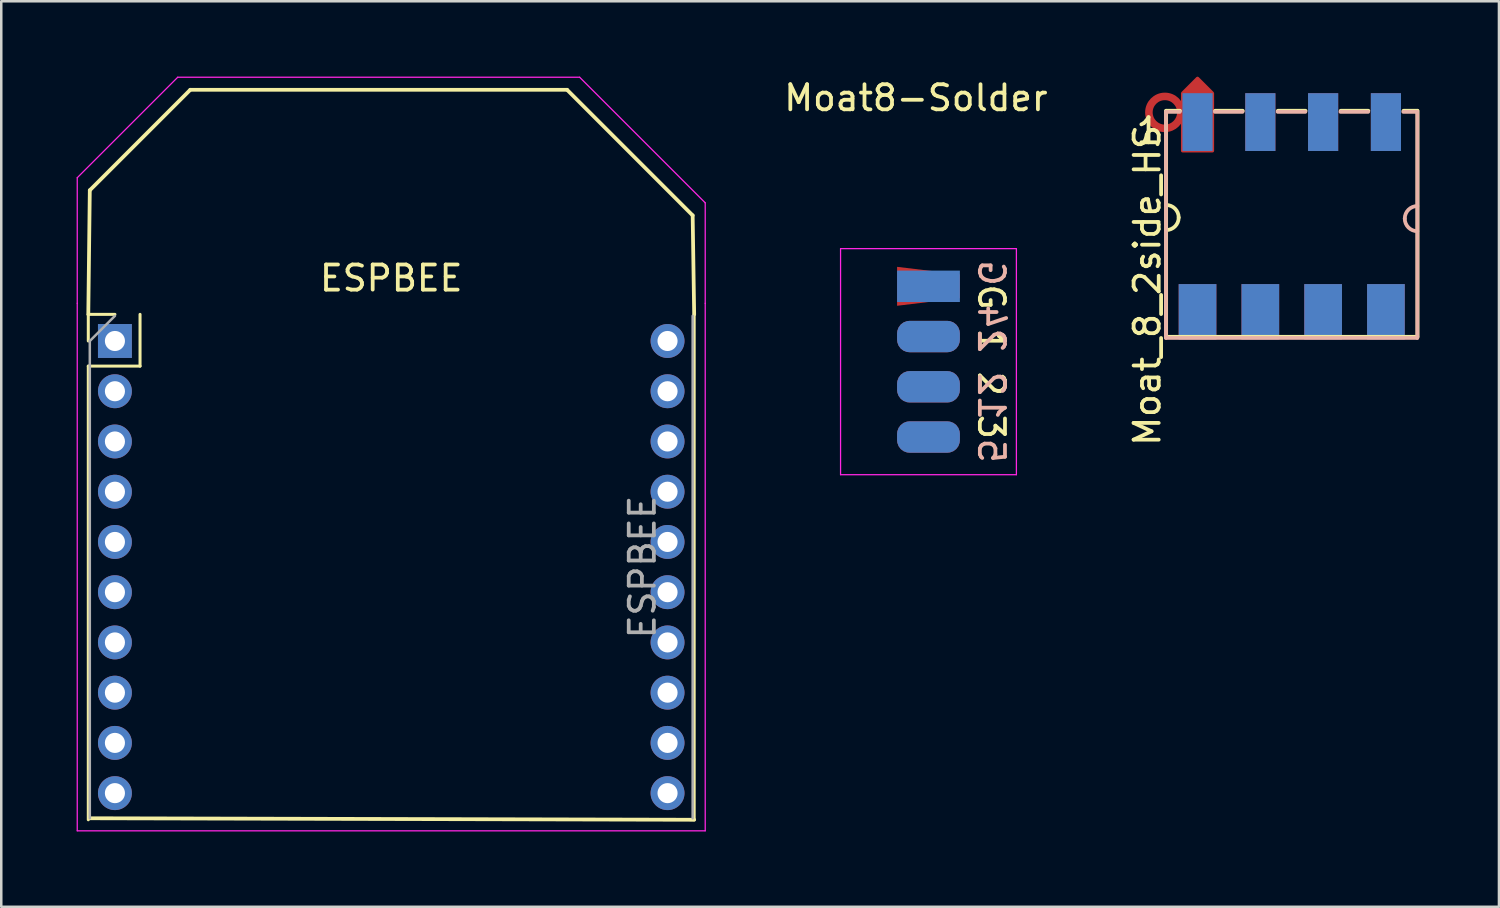
<source format=kicad_pcb>
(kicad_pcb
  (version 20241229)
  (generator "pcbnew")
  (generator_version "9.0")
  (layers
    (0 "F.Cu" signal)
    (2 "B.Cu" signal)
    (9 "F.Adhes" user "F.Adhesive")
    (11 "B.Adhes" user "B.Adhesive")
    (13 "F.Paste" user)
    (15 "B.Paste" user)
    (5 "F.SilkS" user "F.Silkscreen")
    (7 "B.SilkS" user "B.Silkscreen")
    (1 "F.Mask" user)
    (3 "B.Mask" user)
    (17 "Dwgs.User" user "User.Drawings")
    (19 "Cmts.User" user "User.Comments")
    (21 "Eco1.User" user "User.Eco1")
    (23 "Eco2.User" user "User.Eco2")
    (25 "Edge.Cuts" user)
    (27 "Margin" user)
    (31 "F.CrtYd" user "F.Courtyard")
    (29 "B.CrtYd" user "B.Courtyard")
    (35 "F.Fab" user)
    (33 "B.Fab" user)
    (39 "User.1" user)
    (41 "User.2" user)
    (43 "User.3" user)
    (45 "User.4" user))
  (footprint "Moat8-Solder"
    (layer "F.Cu")
    (at 33.913 6.848)
    (property "Reference" "Moat8-Solder" (at -0.5 -6 0) (layer "F.SilkS") (effects (font (size 1 1) (thickness 0.15))))
    (attr smd)
    (fp_line (start -3.5 9) (end -3.5 0) (stroke (width 0.05) (type solid)) (layer "F.CrtYd"))
    (fp_line (start -3.5 9) (end 3.5 9) (stroke (width 0.05) (type solid)) (layer "F.CrtYd"))
    (fp_line (start 3.5 0) (end -3.5 0) (stroke (width 0.05) (type solid)) (layer "F.CrtYd"))
    (fp_line (start 3.5 0) (end 3.5 9) (stroke (width 0.05) (type solid)) (layer "F.CrtYd"))
    (fp_text user "G 1 2 3" (at 2.5 4.5 270) (unlocked yes) (layer "F.SilkS") (effects (font (size 1 1) (thickness 0.15))))
    (fp_text user "5 12 24 G" (at 2.5 4.5 270) (unlocked yes) (layer "B.SilkS") (effects (font (size 1 1) (thickness 0.15)) (justify mirror)))
    (pad "1" smd trapezoid (at 0 1.5) (size 2.5 1.25) (rect_delta 0.3 0) (layers "F.Cu" "F.Mask"))
    (pad "2" smd roundrect (at 0 3.5) (size 2.5 1.25) (layers "F.Cu" "F.Mask") (roundrect_rratio 0.4))
    (pad "3" smd roundrect (at 0 5.5) (size 2.5 1.25) (layers "F.Cu" "F.Mask") (roundrect_rratio 0.4))
    (pad "4" smd roundrect (at 0 7.5) (size 2.5 1.25) (layers "F.Cu" "F.Mask") (roundrect_rratio 0.4))
    (pad "5" smd roundrect (at 0 7.5) (size 2.5 1.25) (layers "B.Cu" "B.Mask") (roundrect_rratio 0.4))
    (pad "6" smd roundrect (at 0 5.5) (size 2.5 1.25) (layers "B.Cu" "B.Mask") (roundrect_rratio 0.4))
    (pad "7" smd roundrect (at 0 3.5) (size 2.5 1.25) (layers "B.Cu" "B.Mask") (roundrect_rratio 0.4))
    (pad "8" smd rect (at 0 1.5) (size 2.5 1.25) (layers "B.Cu" "B.Mask")))
  (footprint "Moat_8_2side_HS"
    (layer "F.Cu")
    (at 53.374 5.56)
    (property "Reference" "Moat_8_2side_HS" (at -10.75 2.75 90) (layer "F.SilkS") (effects (font (size 1 1) (thickness 0.15))))
    (attr smd)
    (fp_circle (center -10.05 -4.136) (end -9.414 -4.136) (stroke (width 0.3) (type solid)) (fill no) (layer "F.Cu"))
    (fp_circle (center -10.05 -4.15) (end -9.25 -4.15) (stroke (width 0.15) (type solid)) (fill no) (layer "F.Mask"))
    (fp_line (start -10 -4.2) (end -10 4.8) (stroke (width 0.15) (type solid)) (layer "F.SilkS"))
    (fp_line (start -10 -4.2) (end -9.45 -4.2) (stroke (width 0.15) (type solid)) (layer "F.SilkS"))
    (fp_line (start -10 4.8) (end 0 4.8) (stroke (width 0.15) (type solid)) (layer "F.SilkS"))
    (fp_line (start -6.95 -4.2) (end -8.05 -4.2) (stroke (width 0.15) (type solid)) (layer "F.SilkS"))
    (fp_line (start -4.45 -4.2) (end -5.55 -4.2) (stroke (width 0.15) (type solid)) (layer "F.SilkS"))
    (fp_line (start -1.95 -4.2) (end -3.05 -4.2) (stroke (width 0.15) (type solid)) (layer "F.SilkS"))
    (fp_line (start 0 -4.2) (end -0.55 -4.2) (stroke (width 0.15) (type solid)) (layer "F.SilkS"))
    (fp_line (start 0.008 4.8) (end 0.008 -4.2) (stroke (width 0.15) (type solid)) (layer "F.SilkS"))
    (fp_arc (start -10 -0.45) (mid -9.646447 -0.303553) (end -9.5 0.05) (stroke (width 0.15) (type solid)) (layer "F.SilkS"))
    (fp_arc (start -9.5 0.05) (mid -9.646447 0.403553) (end -10 0.55) (stroke (width 0.15) (type solid)) (layer "F.SilkS"))
    (fp_line (start -10.008 -4.157) (end -9.458 -4.157) (stroke (width 0.15) (type solid)) (layer "B.SilkS"))
    (fp_line (start -10.008 4.843) (end -10.008 -4.157) (stroke (width 0.15) (type solid)) (layer "B.SilkS"))
    (fp_line (start -8.058 -4.157) (end -6.958 -4.157) (stroke (width 0.15) (type solid)) (layer "B.SilkS"))
    (fp_line (start -5.558 -4.157) (end -4.458 -4.157) (stroke (width 0.15) (type solid)) (layer "B.SilkS"))
    (fp_line (start -3.058 -4.157) (end -1.958 -4.157) (stroke (width 0.15) (type solid)) (layer "B.SilkS"))
    (fp_line (start -0.008 -4.157) (end -0.558 -4.157) (stroke (width 0.15) (type solid)) (layer "B.SilkS"))
    (fp_line (start -0.008 4.843) (end -10.008 4.843) (stroke (width 0.15) (type solid)) (layer "B.SilkS"))
    (fp_line (start 0 -4.157) (end 0 4.843) (stroke (width 0.15) (type solid)) (layer "B.SilkS"))
    (fp_arc (start -0.5 0.093176) (mid -0.353553 -0.260377) (end 0 -0.406824) (stroke (width 0.15) (type solid)) (layer "B.SilkS"))
    (fp_arc (start 0 0.593176) (mid -0.353553 0.446729) (end -0.5 0.093176) (stroke (width 0.15) (type solid)) (layer "B.SilkS"))
    (fp_text user "1" (at -10.7 -3.4 0) (layer "F.SilkS") (effects (font (size 1 1) (thickness 0.15))))
    (pad "1" smd custom (at -8.75 -3.75 180) (size 1.2 2.3) (layers "F.Cu" "F.Mask" "F.Paste") (options (anchor rect)) (primitives (gr_poly (pts (xy -0.6 -1.15) (xy 0.6 -1.15) (xy 0.6 1.15) (xy 0 1.75) (xy -0.6 1.15)) (width 0.12) (fill yes))))
    (pad "1" smd rect (at -8.75 3.8) (size 1.5 2.2) (layers "F.Cu" "F.Mask" "F.Paste"))
    (pad "2" smd rect (at -6.25 -3.75) (size 1.2 2.3) (layers "F.Cu" "F.Mask" "F.Paste"))
    (pad "2" smd rect (at -6.25 3.8) (size 1.5 2.2) (layers "F.Cu" "F.Mask" "F.Paste"))
    (pad "3" smd rect (at -3.75 -3.75) (size 1.2 2.3) (layers "F.Cu" "F.Mask" "F.Paste"))
    (pad "3" smd rect (at -3.75 3.8) (size 1.5 2.2) (layers "F.Cu" "F.Mask" "F.Paste"))
    (pad "4" smd rect (at -1.25 -3.75) (size 1.2 2.3) (layers "F.Cu" "F.Mask" "F.Paste"))
    (pad "4" smd rect (at -1.25 3.8) (size 1.5 2.2) (layers "F.Cu" "F.Mask" "F.Paste"))
    (pad "5" smd rect (at -1.25 -3.75 180) (size 1.2 2.3) (layers "B.Cu" "B.Mask" "B.Paste"))
    (pad "5" smd rect (at -1.25 3.8 180) (size 1.5 2.2) (layers "B.Cu" "B.Mask" "B.Paste"))
    (pad "6" smd rect (at -3.75 -3.75 180) (size 1.2 2.3) (layers "B.Cu" "B.Mask" "B.Paste"))
    (pad "6" smd rect (at -3.75 3.8 180) (size 1.5 2.2) (layers "B.Cu" "B.Mask" "B.Paste"))
    (pad "7" smd rect (at -6.25 -3.75 180) (size 1.2 2.3) (layers "B.Cu" "B.Mask" "B.Paste"))
    (pad "7" smd rect (at -6.25 3.8 180) (size 1.5 2.2) (layers "B.Cu" "B.Mask" "B.Paste"))
    (pad "8" smd rect (at -8.75 -3.75 180) (size 1.2 2.3) (layers "B.Cu" "B.Mask" "B.Paste"))
    (pad "8" smd rect (at -8.75 3.8 180) (size 1.5 2.2) (layers "B.Cu" "B.Mask" "B.Paste")))
  (footprint "ESPBEE"
    (layer "F.Cu")
    (at 1.525 10.525)
    (property "Reference" "ESPBEE" (at 11 -2.5 0) (layer "F.SilkS") (effects (font (size 1 1) (thickness 0.15))))
    (attr through_hole)
    (fp_line (start -1.06 -1.06) (end 0 -1.06) (stroke (width 0.12) (type solid)) (layer "F.SilkS"))
    (fp_line (start -1.06 0) (end -1.06 -1.06) (stroke (width 0.12) (type solid)) (layer "F.SilkS"))
    (fp_line (start -1.06 1) (end -1.06 19.06) (stroke (width 0.12) (type solid)) (layer "F.SilkS"))
    (fp_line (start -1.06 1) (end 1 1) (stroke (width 0.12) (type solid)) (layer "F.SilkS"))
    (fp_line (start -1 -6) (end -1.06 -1.06) (stroke (width 0.15) (type solid)) (layer "F.SilkS"))
    (fp_line (start -1 19) (end 23.06 19.06) (stroke (width 0.15) (type solid)) (layer "F.SilkS"))
    (fp_line (start 1 1) (end 1 -1.06) (stroke (width 0.12) (type solid)) (layer "F.SilkS"))
    (fp_line (start 3 -10) (end -1 -6) (stroke (width 0.15) (type solid)) (layer "F.SilkS"))
    (fp_line (start 18 -10) (end 3 -10) (stroke (width 0.15) (type solid)) (layer "F.SilkS"))
    (fp_line (start 23 -5) (end 18 -10) (stroke (width 0.15) (type solid)) (layer "F.SilkS"))
    (fp_line (start 23.06 -1.06) (end 23 -5) (stroke (width 0.15) (type solid)) (layer "F.SilkS"))
    (fp_line (start 23.06 -1.06) (end 23.06 19.06) (stroke (width 0.12) (type solid)) (layer "F.SilkS"))
    (fp_line (start -1.5 -6.5) (end 2.5 -10.5) (stroke (width 0.05) (type solid)) (layer "F.CrtYd"))
    (fp_line (start -1.5 -1.5) (end -1.5 -6.5) (stroke (width 0.05) (type solid)) (layer "F.CrtYd"))
    (fp_line (start -1.5 -1.5) (end -1.5 19.5) (stroke (width 0.05) (type solid)) (layer "F.CrtYd"))
    (fp_line (start 2.5 -10.5) (end 18.5 -10.5) (stroke (width 0.05) (type solid)) (layer "F.CrtYd"))
    (fp_line (start 18.5 -10.5) (end 23.5 -5.5) (stroke (width 0.05) (type solid)) (layer "F.CrtYd"))
    (fp_line (start 23.5 -5.5) (end 23.5 -1.5) (stroke (width 0.05) (type solid)) (layer "F.CrtYd"))
    (fp_line (start 23.5 19.5) (end -1.5 19.5) (stroke (width 0.05) (type solid)) (layer "F.CrtYd"))
    (fp_line (start 23.5 19.5) (end 23.5 -1.5) (stroke (width 0.05) (type solid)) (layer "F.CrtYd"))
    (fp_line (start -1 0) (end 0 -1) (stroke (width 0.1) (type solid)) (layer "F.Fab"))
    (fp_line (start -1 19) (end -1 0) (stroke (width 0.1) (type solid)) (layer "F.Fab"))
    (fp_line (start 23 -1) (end 23 19) (stroke (width 0.1) (type solid)) (layer "F.Fab"))
    (fp_text user "${REFERENCE}" (at 21 9 90) (layer "F.Fab") (effects (font (size 1 1) (thickness 0.15))))
    (pad "1" thru_hole rect (at 0 0) (size 1.35 1.35) (drill 0.8) (layers "*.Cu" "*.Mask"))
    (pad "2" thru_hole oval (at 0 2) (size 1.35 1.35) (drill 0.8) (layers "*.Cu" "*.Mask"))
    (pad "3" thru_hole oval (at 0 4) (size 1.35 1.35) (drill 0.8) (layers "*.Cu" "*.Mask"))
    (pad "4" thru_hole oval (at 0 6) (size 1.35 1.35) (drill 0.8) (layers "*.Cu" "*.Mask"))
    (pad "5" thru_hole oval (at 0 8) (size 1.35 1.35) (drill 0.8) (layers "*.Cu" "*.Mask"))
    (pad "6" thru_hole oval (at 0 10) (size 1.35 1.35) (drill 0.8) (layers "*.Cu" "*.Mask"))
    (pad "7" thru_hole oval (at 0 12) (size 1.35 1.35) (drill 0.8) (layers "*.Cu" "*.Mask"))
    (pad "8" thru_hole oval (at 0 14) (size 1.35 1.35) (drill 0.8) (layers "*.Cu" "*.Mask"))
    (pad "9" thru_hole oval (at 0 16) (size 1.35 1.35) (drill 0.8) (layers "*.Cu" "*.Mask"))
    (pad "10" thru_hole oval (at 0 18) (size 1.35 1.35) (drill 0.8) (layers "*.Cu" "*.Mask"))
    (pad "11" thru_hole oval (at 22 18) (size 1.35 1.35) (drill 0.8) (layers "*.Cu" "*.Mask"))
    (pad "12" thru_hole oval (at 22 16) (size 1.35 1.35) (drill 0.8) (layers "*.Cu" "*.Mask"))
    (pad "13" thru_hole oval (at 22 14) (size 1.35 1.35) (drill 0.8) (layers "*.Cu" "*.Mask"))
    (pad "14" thru_hole oval (at 22 12) (size 1.35 1.35) (drill 0.8) (layers "*.Cu" "*.Mask"))
    (pad "15" thru_hole oval (at 22 10) (size 1.35 1.35) (drill 0.8) (layers "*.Cu" "*.Mask"))
    (pad "16" thru_hole oval (at 22 8) (size 1.35 1.35) (drill 0.8) (layers "*.Cu" "*.Mask"))
    (pad "17" thru_hole oval (at 22 6) (size 1.35 1.35) (drill 0.8) (layers "*.Cu" "*.Mask"))
    (pad "18" thru_hole oval (at 22 4) (size 1.35 1.35) (drill 0.8) (layers "*.Cu" "*.Mask"))
    (pad "19" thru_hole oval (at 22 2) (size 1.35 1.35) (drill 0.8) (layers "*.Cu" "*.Mask"))
    (pad "20" thru_hole oval (at 22 0) (size 1.35 1.35) (drill 0.8) (layers "*.Cu" "*.Mask")))
  (gr_rect
    (start -3 -3)
    (end 56.624 33.05)
    (stroke (width 0.1) (type default))
    (fill no)
    (layer "Edge.Cuts")))
</source>
